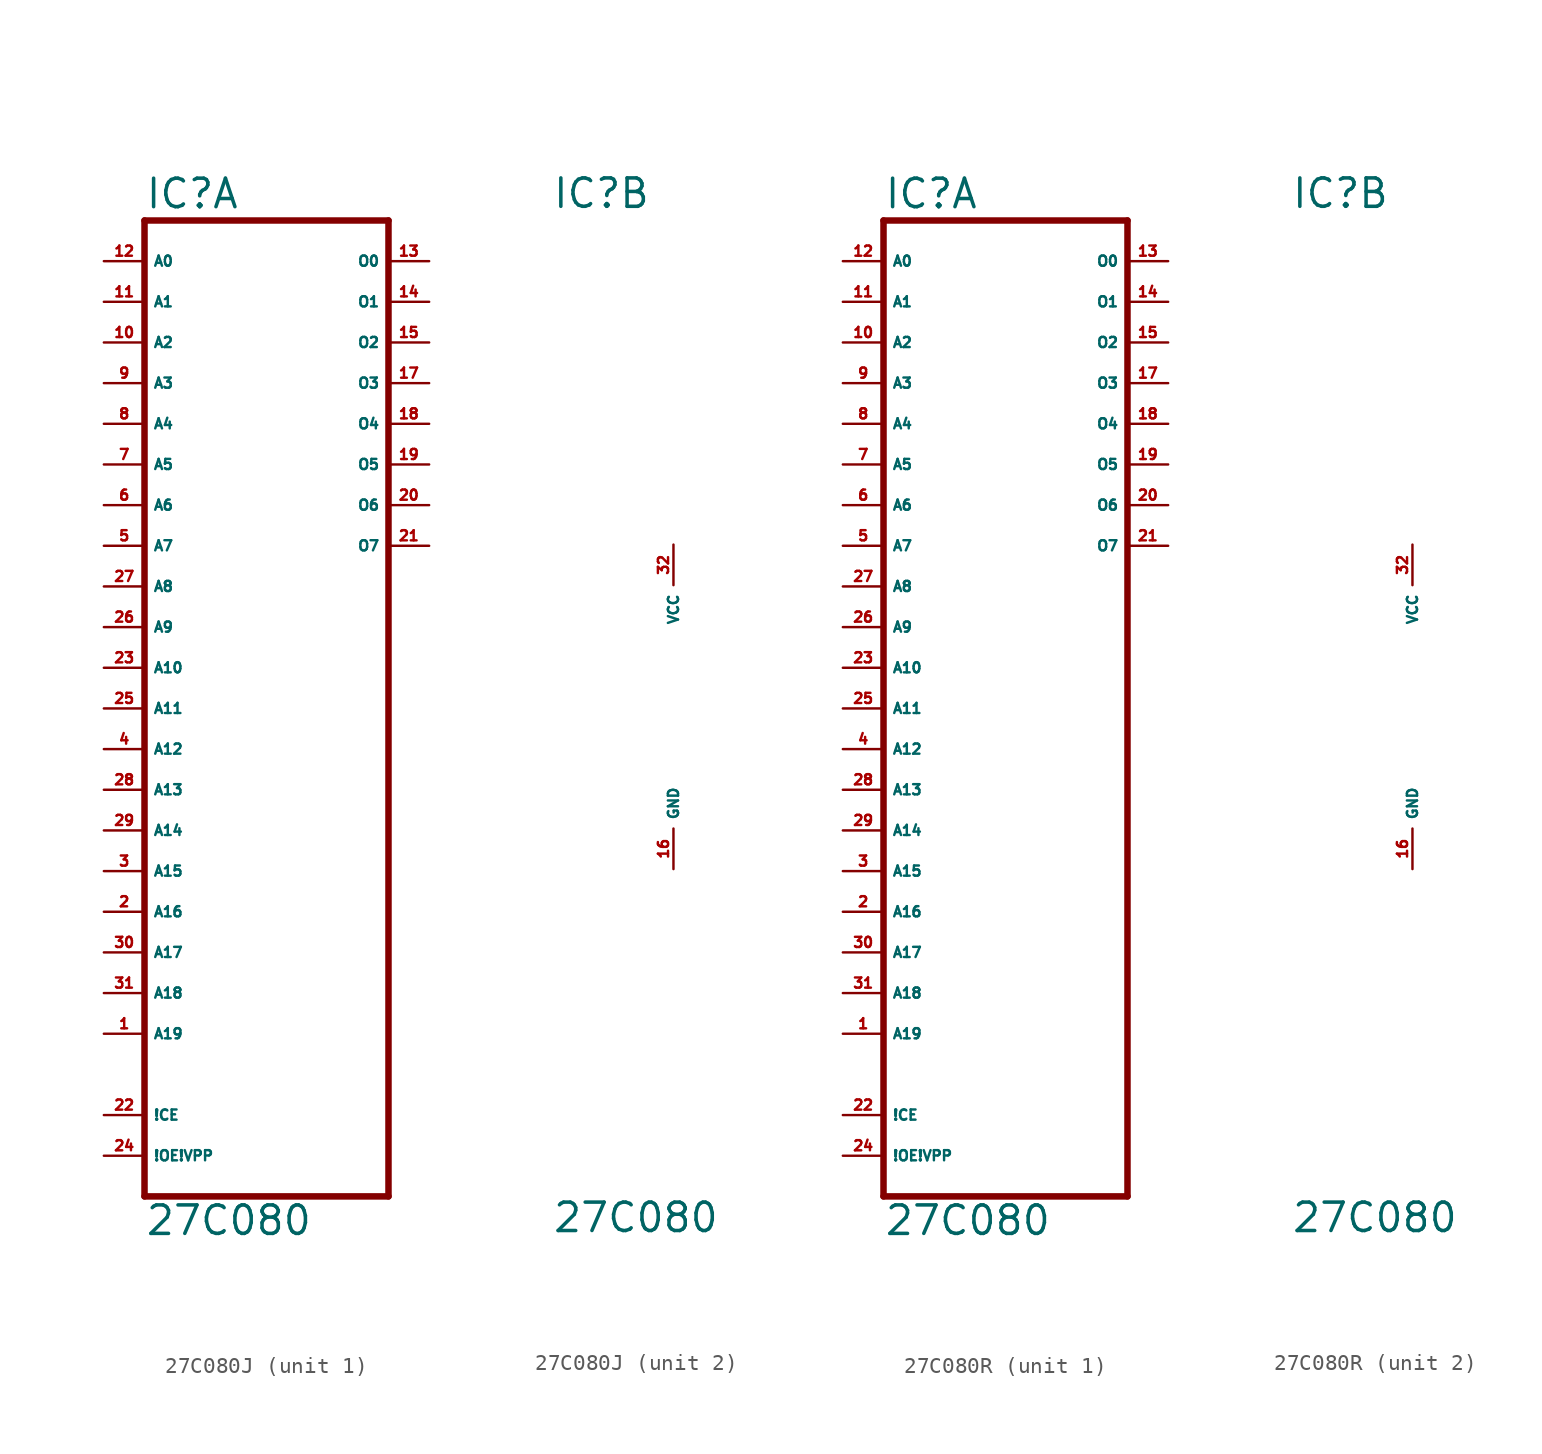
<source format=kicad_sym>
(kicad_symbol_lib
  (version 20220914)
  (generator Eagle2Kicad)
  (symbol "27C080J"
    (property "Reference" "IC"
      (at -7.62 31.115 0)
      (effects (font (size 1.778 1.778) (thickness 0.22)) (justify left bottom)))
    (property "Value" "27C080"
      (at -7.62 -33.02 0)
      (effects (font (size 1.778 1.778) (thickness 0.22)) (justify left bottom)))
    (symbol "27C080J_1_0"
      (polyline (pts (xy -7.62 -30.48) (xy 7.62 -30.48)) (stroke (width 0.406) (type default)) (fill (type none)))
      (polyline (pts (xy 7.62 -30.48) (xy 7.62 30.48)) (stroke (width 0.406) (type default)) (fill (type none)))
      (polyline (pts (xy 7.62 30.48) (xy -7.62 30.48)) (stroke (width 0.406) (type default)) (fill (type none)))
      (polyline (pts (xy -7.62 30.48) (xy -7.62 -30.48)) (stroke (width 0.406) (type default)) (fill (type none)))
      (pin input line (at -10.16 -12.7 0) (length 2.54) (name "A16" (effects (font (size 0.635 0.635) (thickness 0.08)) (justify left bottom))) (number "2" (effects (font (size 0.635 0.635) (thickness 0.08)) (justify left bottom))))
      (pin input line (at -10.16 -10.16 0) (length 2.54) (name "A15" (effects (font (size 0.635 0.635) (thickness 0.08)) (justify left bottom))) (number "3" (effects (font (size 0.635 0.635) (thickness 0.08)) (justify left bottom))))
      (pin input line (at -10.16 -2.54 0) (length 2.54) (name "A12" (effects (font (size 0.635 0.635) (thickness 0.08)) (justify left bottom))) (number "4" (effects (font (size 0.635 0.635) (thickness 0.08)) (justify left bottom))))
      (pin input line (at -10.16 10.16 0) (length 2.54) (name "A7" (effects (font (size 0.635 0.635) (thickness 0.08)) (justify left bottom))) (number "5" (effects (font (size 0.635 0.635) (thickness 0.08)) (justify left bottom))))
      (pin input line (at -10.16 12.7 0) (length 2.54) (name "A6" (effects (font (size 0.635 0.635) (thickness 0.08)) (justify left bottom))) (number "6" (effects (font (size 0.635 0.635) (thickness 0.08)) (justify left bottom))))
      (pin input line (at -10.16 15.24 0) (length 2.54) (name "A5" (effects (font (size 0.635 0.635) (thickness 0.08)) (justify left bottom))) (number "7" (effects (font (size 0.635 0.635) (thickness 0.08)) (justify left bottom))))
      (pin input line (at -10.16 17.78 0) (length 2.54) (name "A4" (effects (font (size 0.635 0.635) (thickness 0.08)) (justify left bottom))) (number "8" (effects (font (size 0.635 0.635) (thickness 0.08)) (justify left bottom))))
      (pin input line (at -10.16 20.32 0) (length 2.54) (name "A3" (effects (font (size 0.635 0.635) (thickness 0.08)) (justify left bottom))) (number "9" (effects (font (size 0.635 0.635) (thickness 0.08)) (justify left bottom))))
      (pin input line (at -10.16 22.86 0) (length 2.54) (name "A2" (effects (font (size 0.635 0.635) (thickness 0.08)) (justify left bottom))) (number "10" (effects (font (size 0.635 0.635) (thickness 0.08)) (justify left bottom))))
      (pin input line (at -10.16 25.4 0) (length 2.54) (name "A1" (effects (font (size 0.635 0.635) (thickness 0.08)) (justify left bottom))) (number "11" (effects (font (size 0.635 0.635) (thickness 0.08)) (justify left bottom))))
      (pin input line (at -10.16 27.94 0) (length 2.54) (name "A0" (effects (font (size 0.635 0.635) (thickness 0.08)) (justify left bottom))) (number "12" (effects (font (size 0.635 0.635) (thickness 0.08)) (justify left bottom))))
      (pin tri_state line (at 10.16 27.94 180) (length 2.54) (name "O0" (effects (font (size 0.635 0.635) (thickness 0.08)) (justify left bottom))) (number "13" (effects (font (size 0.635 0.635) (thickness 0.08)) (justify left bottom))))
      (pin tri_state line (at 10.16 25.4 180) (length 2.54) (name "O1" (effects (font (size 0.635 0.635) (thickness 0.08)) (justify left bottom))) (number "14" (effects (font (size 0.635 0.635) (thickness 0.08)) (justify left bottom))))
      (pin tri_state line (at 10.16 22.86 180) (length 2.54) (name "O2" (effects (font (size 0.635 0.635) (thickness 0.08)) (justify left bottom))) (number "15" (effects (font (size 0.635 0.635) (thickness 0.08)) (justify left bottom))))
      (pin tri_state line (at 10.16 20.32 180) (length 2.54) (name "O3" (effects (font (size 0.635 0.635) (thickness 0.08)) (justify left bottom))) (number "17" (effects (font (size 0.635 0.635) (thickness 0.08)) (justify left bottom))))
      (pin tri_state line (at 10.16 17.78 180) (length 2.54) (name "O4" (effects (font (size 0.635 0.635) (thickness 0.08)) (justify left bottom))) (number "18" (effects (font (size 0.635 0.635) (thickness 0.08)) (justify left bottom))))
      (pin tri_state line (at 10.16 15.24 180) (length 2.54) (name "O5" (effects (font (size 0.635 0.635) (thickness 0.08)) (justify left bottom))) (number "19" (effects (font (size 0.635 0.635) (thickness 0.08)) (justify left bottom))))
      (pin tri_state line (at 10.16 12.7 180) (length 2.54) (name "O6" (effects (font (size 0.635 0.635) (thickness 0.08)) (justify left bottom))) (number "20" (effects (font (size 0.635 0.635) (thickness 0.08)) (justify left bottom))))
      (pin tri_state line (at 10.16 10.16 180) (length 2.54) (name "O7" (effects (font (size 0.635 0.635) (thickness 0.08)) (justify left bottom))) (number "21" (effects (font (size 0.635 0.635) (thickness 0.08)) (justify left bottom))))
      (pin input line (at -10.16 -25.4 0) (length 2.54) (name "!CE" (effects (font (size 0.635 0.635) (thickness 0.08)) (justify left bottom))) (number "22" (effects (font (size 0.635 0.635) (thickness 0.08)) (justify left bottom))))
      (pin input line (at -10.16 2.54 0) (length 2.54) (name "A10" (effects (font (size 0.635 0.635) (thickness 0.08)) (justify left bottom))) (number "23" (effects (font (size 0.635 0.635) (thickness 0.08)) (justify left bottom))))
      (pin input line (at -10.16 -27.94 0) (length 2.54) (name "!OE!VPP" (effects (font (size 0.635 0.635) (thickness 0.08)) (justify left bottom))) (number "24" (effects (font (size 0.635 0.635) (thickness 0.08)) (justify left bottom))))
      (pin input line (at -10.16 0 0) (length 2.54) (name "A11" (effects (font (size 0.635 0.635) (thickness 0.08)) (justify left bottom))) (number "25" (effects (font (size 0.635 0.635) (thickness 0.08)) (justify left bottom))))
      (pin input line (at -10.16 5.08 0) (length 2.54) (name "A9" (effects (font (size 0.635 0.635) (thickness 0.08)) (justify left bottom))) (number "26" (effects (font (size 0.635 0.635) (thickness 0.08)) (justify left bottom))))
      (pin input line (at -10.16 7.62 0) (length 2.54) (name "A8" (effects (font (size 0.635 0.635) (thickness 0.08)) (justify left bottom))) (number "27" (effects (font (size 0.635 0.635) (thickness 0.08)) (justify left bottom))))
      (pin input line (at -10.16 -5.08 0) (length 2.54) (name "A13" (effects (font (size 0.635 0.635) (thickness 0.08)) (justify left bottom))) (number "28" (effects (font (size 0.635 0.635) (thickness 0.08)) (justify left bottom))))
      (pin input line (at -10.16 -7.62 0) (length 2.54) (name "A14" (effects (font (size 0.635 0.635) (thickness 0.08)) (justify left bottom))) (number "29" (effects (font (size 0.635 0.635) (thickness 0.08)) (justify left bottom))))
      (pin input line (at -10.16 -15.24 0) (length 2.54) (name "A17" (effects (font (size 0.635 0.635) (thickness 0.08)) (justify left bottom))) (number "30" (effects (font (size 0.635 0.635) (thickness 0.08)) (justify left bottom))))
      (pin input line (at -10.16 -17.78 0) (length 2.54) (name "A18" (effects (font (size 0.635 0.635) (thickness 0.08)) (justify left bottom))) (number "31" (effects (font (size 0.635 0.635) (thickness 0.08)) (justify left bottom))))
      (pin input line (at -10.16 -20.32 0) (length 2.54) (name "A19" (effects (font (size 0.635 0.635) (thickness 0.08)) (justify left bottom))) (number "1" (effects (font (size 0.635 0.635) (thickness 0.08)) (justify left bottom)))))
    (symbol "27C080J_2_0"
      (pin unspecified line (at 0 -10.16 90) (length 2.54) (name "GND" (effects (font (size 0.635 0.635) (thickness 0.08)) (justify left bottom))) (number "16" (effects (font (size 0.635 0.635) (thickness 0.08)) (justify left bottom))))
      (pin unspecified line (at 0 10.16 270) (length 2.54) (name "VCC" (effects (font (size 0.635 0.635) (thickness 0.08)) (justify left bottom))) (number "32" (effects (font (size 0.635 0.635) (thickness 0.08)) (justify left bottom))))))
  (symbol "27C080R"
    (property "Reference" "IC"
      (at -7.62 31.115 0)
      (effects (font (size 1.778 1.778) (thickness 0.22)) (justify left bottom)))
    (property "Value" "27C080"
      (at -7.62 -33.02 0)
      (effects (font (size 1.778 1.778) (thickness 0.22)) (justify left bottom)))
    (symbol "27C080R_1_0"
      (polyline (pts (xy -7.62 -30.48) (xy 7.62 -30.48)) (stroke (width 0.406) (type default)) (fill (type none)))
      (polyline (pts (xy 7.62 -30.48) (xy 7.62 30.48)) (stroke (width 0.406) (type default)) (fill (type none)))
      (polyline (pts (xy 7.62 30.48) (xy -7.62 30.48)) (stroke (width 0.406) (type default)) (fill (type none)))
      (polyline (pts (xy -7.62 30.48) (xy -7.62 -30.48)) (stroke (width 0.406) (type default)) (fill (type none)))
      (pin input line (at -10.16 -12.7 0) (length 2.54) (name "A16" (effects (font (size 0.635 0.635) (thickness 0.08)) (justify left bottom))) (number "2" (effects (font (size 0.635 0.635) (thickness 0.08)) (justify left bottom))))
      (pin input line (at -10.16 -10.16 0) (length 2.54) (name "A15" (effects (font (size 0.635 0.635) (thickness 0.08)) (justify left bottom))) (number "3" (effects (font (size 0.635 0.635) (thickness 0.08)) (justify left bottom))))
      (pin input line (at -10.16 -2.54 0) (length 2.54) (name "A12" (effects (font (size 0.635 0.635) (thickness 0.08)) (justify left bottom))) (number "4" (effects (font (size 0.635 0.635) (thickness 0.08)) (justify left bottom))))
      (pin input line (at -10.16 10.16 0) (length 2.54) (name "A7" (effects (font (size 0.635 0.635) (thickness 0.08)) (justify left bottom))) (number "5" (effects (font (size 0.635 0.635) (thickness 0.08)) (justify left bottom))))
      (pin input line (at -10.16 12.7 0) (length 2.54) (name "A6" (effects (font (size 0.635 0.635) (thickness 0.08)) (justify left bottom))) (number "6" (effects (font (size 0.635 0.635) (thickness 0.08)) (justify left bottom))))
      (pin input line (at -10.16 15.24 0) (length 2.54) (name "A5" (effects (font (size 0.635 0.635) (thickness 0.08)) (justify left bottom))) (number "7" (effects (font (size 0.635 0.635) (thickness 0.08)) (justify left bottom))))
      (pin input line (at -10.16 17.78 0) (length 2.54) (name "A4" (effects (font (size 0.635 0.635) (thickness 0.08)) (justify left bottom))) (number "8" (effects (font (size 0.635 0.635) (thickness 0.08)) (justify left bottom))))
      (pin input line (at -10.16 20.32 0) (length 2.54) (name "A3" (effects (font (size 0.635 0.635) (thickness 0.08)) (justify left bottom))) (number "9" (effects (font (size 0.635 0.635) (thickness 0.08)) (justify left bottom))))
      (pin input line (at -10.16 22.86 0) (length 2.54) (name "A2" (effects (font (size 0.635 0.635) (thickness 0.08)) (justify left bottom))) (number "10" (effects (font (size 0.635 0.635) (thickness 0.08)) (justify left bottom))))
      (pin input line (at -10.16 25.4 0) (length 2.54) (name "A1" (effects (font (size 0.635 0.635) (thickness 0.08)) (justify left bottom))) (number "11" (effects (font (size 0.635 0.635) (thickness 0.08)) (justify left bottom))))
      (pin input line (at -10.16 27.94 0) (length 2.54) (name "A0" (effects (font (size 0.635 0.635) (thickness 0.08)) (justify left bottom))) (number "12" (effects (font (size 0.635 0.635) (thickness 0.08)) (justify left bottom))))
      (pin tri_state line (at 10.16 27.94 180) (length 2.54) (name "O0" (effects (font (size 0.635 0.635) (thickness 0.08)) (justify left bottom))) (number "13" (effects (font (size 0.635 0.635) (thickness 0.08)) (justify left bottom))))
      (pin tri_state line (at 10.16 25.4 180) (length 2.54) (name "O1" (effects (font (size 0.635 0.635) (thickness 0.08)) (justify left bottom))) (number "14" (effects (font (size 0.635 0.635) (thickness 0.08)) (justify left bottom))))
      (pin tri_state line (at 10.16 22.86 180) (length 2.54) (name "O2" (effects (font (size 0.635 0.635) (thickness 0.08)) (justify left bottom))) (number "15" (effects (font (size 0.635 0.635) (thickness 0.08)) (justify left bottom))))
      (pin tri_state line (at 10.16 20.32 180) (length 2.54) (name "O3" (effects (font (size 0.635 0.635) (thickness 0.08)) (justify left bottom))) (number "17" (effects (font (size 0.635 0.635) (thickness 0.08)) (justify left bottom))))
      (pin tri_state line (at 10.16 17.78 180) (length 2.54) (name "O4" (effects (font (size 0.635 0.635) (thickness 0.08)) (justify left bottom))) (number "18" (effects (font (size 0.635 0.635) (thickness 0.08)) (justify left bottom))))
      (pin tri_state line (at 10.16 15.24 180) (length 2.54) (name "O5" (effects (font (size 0.635 0.635) (thickness 0.08)) (justify left bottom))) (number "19" (effects (font (size 0.635 0.635) (thickness 0.08)) (justify left bottom))))
      (pin tri_state line (at 10.16 12.7 180) (length 2.54) (name "O6" (effects (font (size 0.635 0.635) (thickness 0.08)) (justify left bottom))) (number "20" (effects (font (size 0.635 0.635) (thickness 0.08)) (justify left bottom))))
      (pin tri_state line (at 10.16 10.16 180) (length 2.54) (name "O7" (effects (font (size 0.635 0.635) (thickness 0.08)) (justify left bottom))) (number "21" (effects (font (size 0.635 0.635) (thickness 0.08)) (justify left bottom))))
      (pin input line (at -10.16 -25.4 0) (length 2.54) (name "!CE" (effects (font (size 0.635 0.635) (thickness 0.08)) (justify left bottom))) (number "22" (effects (font (size 0.635 0.635) (thickness 0.08)) (justify left bottom))))
      (pin input line (at -10.16 2.54 0) (length 2.54) (name "A10" (effects (font (size 0.635 0.635) (thickness 0.08)) (justify left bottom))) (number "23" (effects (font (size 0.635 0.635) (thickness 0.08)) (justify left bottom))))
      (pin input line (at -10.16 -27.94 0) (length 2.54) (name "!OE!VPP" (effects (font (size 0.635 0.635) (thickness 0.08)) (justify left bottom))) (number "24" (effects (font (size 0.635 0.635) (thickness 0.08)) (justify left bottom))))
      (pin input line (at -10.16 0 0) (length 2.54) (name "A11" (effects (font (size 0.635 0.635) (thickness 0.08)) (justify left bottom))) (number "25" (effects (font (size 0.635 0.635) (thickness 0.08)) (justify left bottom))))
      (pin input line (at -10.16 5.08 0) (length 2.54) (name "A9" (effects (font (size 0.635 0.635) (thickness 0.08)) (justify left bottom))) (number "26" (effects (font (size 0.635 0.635) (thickness 0.08)) (justify left bottom))))
      (pin input line (at -10.16 7.62 0) (length 2.54) (name "A8" (effects (font (size 0.635 0.635) (thickness 0.08)) (justify left bottom))) (number "27" (effects (font (size 0.635 0.635) (thickness 0.08)) (justify left bottom))))
      (pin input line (at -10.16 -5.08 0) (length 2.54) (name "A13" (effects (font (size 0.635 0.635) (thickness 0.08)) (justify left bottom))) (number "28" (effects (font (size 0.635 0.635) (thickness 0.08)) (justify left bottom))))
      (pin input line (at -10.16 -7.62 0) (length 2.54) (name "A14" (effects (font (size 0.635 0.635) (thickness 0.08)) (justify left bottom))) (number "29" (effects (font (size 0.635 0.635) (thickness 0.08)) (justify left bottom))))
      (pin input line (at -10.16 -15.24 0) (length 2.54) (name "A17" (effects (font (size 0.635 0.635) (thickness 0.08)) (justify left bottom))) (number "30" (effects (font (size 0.635 0.635) (thickness 0.08)) (justify left bottom))))
      (pin input line (at -10.16 -17.78 0) (length 2.54) (name "A18" (effects (font (size 0.635 0.635) (thickness 0.08)) (justify left bottom))) (number "31" (effects (font (size 0.635 0.635) (thickness 0.08)) (justify left bottom))))
      (pin input line (at -10.16 -20.32 0) (length 2.54) (name "A19" (effects (font (size 0.635 0.635) (thickness 0.08)) (justify left bottom))) (number "1" (effects (font (size 0.635 0.635) (thickness 0.08)) (justify left bottom)))))
    (symbol "27C080R_2_0"
      (pin unspecified line (at 0 -10.16 90) (length 2.54) (name "GND" (effects (font (size 0.635 0.635) (thickness 0.08)) (justify left bottom))) (number "16" (effects (font (size 0.635 0.635) (thickness 0.08)) (justify left bottom))))
      (pin unspecified line (at 0 10.16 270) (length 2.54) (name "VCC" (effects (font (size 0.635 0.635) (thickness 0.08)) (justify left bottom))) (number "32" (effects (font (size 0.635 0.635) (thickness 0.08)) (justify left bottom)))))))
</source>
